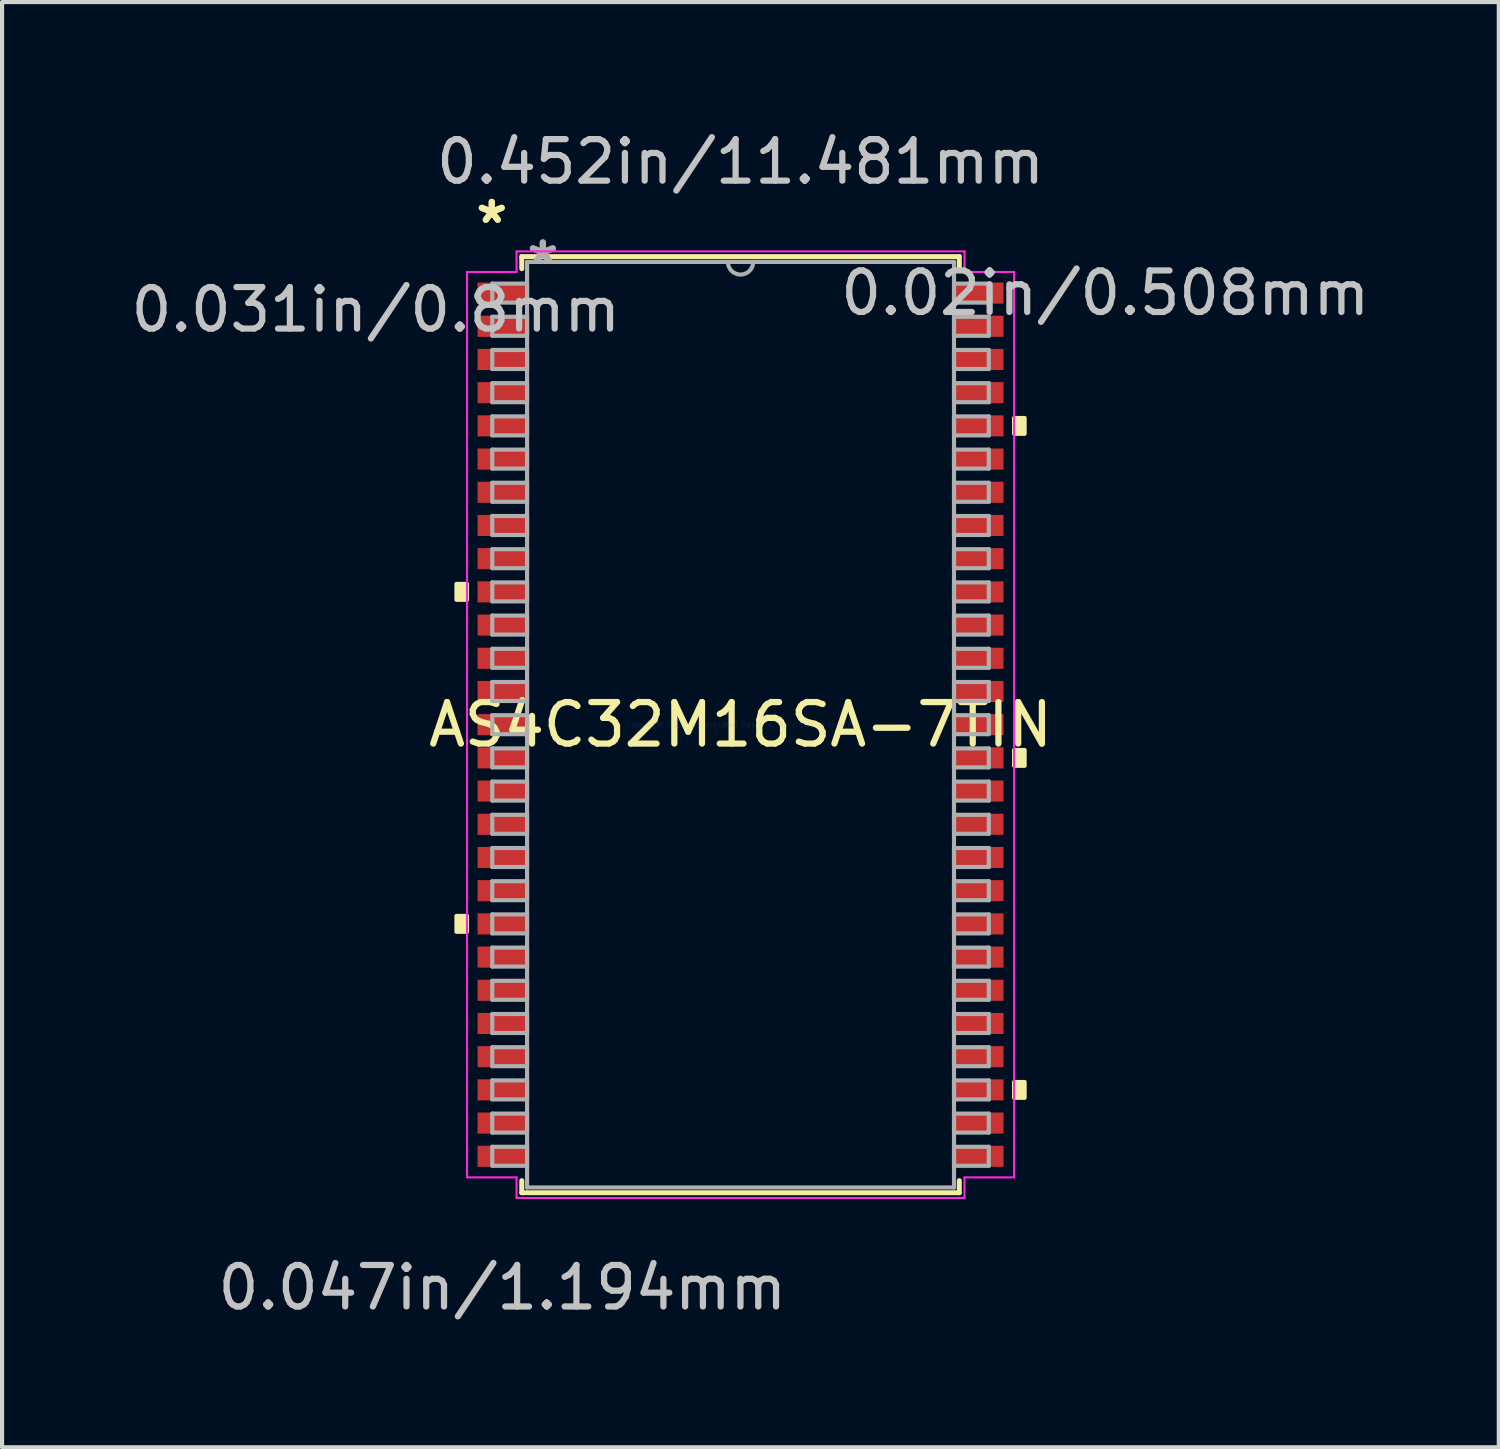
<source format=kicad_pcb>
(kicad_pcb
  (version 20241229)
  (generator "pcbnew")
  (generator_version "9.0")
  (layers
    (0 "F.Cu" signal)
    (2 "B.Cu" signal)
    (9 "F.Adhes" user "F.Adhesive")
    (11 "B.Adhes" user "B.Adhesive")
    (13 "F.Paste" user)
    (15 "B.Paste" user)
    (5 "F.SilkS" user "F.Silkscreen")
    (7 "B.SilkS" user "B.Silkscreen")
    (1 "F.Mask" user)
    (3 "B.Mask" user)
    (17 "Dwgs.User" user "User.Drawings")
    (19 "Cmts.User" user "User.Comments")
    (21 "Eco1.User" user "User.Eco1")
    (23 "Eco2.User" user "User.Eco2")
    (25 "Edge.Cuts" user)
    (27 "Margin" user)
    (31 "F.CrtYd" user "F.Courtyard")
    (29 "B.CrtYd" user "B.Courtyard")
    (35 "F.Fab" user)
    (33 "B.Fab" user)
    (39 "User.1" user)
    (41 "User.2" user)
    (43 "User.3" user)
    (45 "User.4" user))
  (footprint "AS4C32M16SA-7TIN"
    (layer "F.Cu")
    (at 14.794 14.412)
    (property "Reference" "AS4C32M16SA-7TIN" (at 0 0 0) (layer "F.SilkS") (effects (font (size 1 1) (thickness 0.15))))
    (attr through_hole)
    (fp_line (start -5.271 -11.278) (end -5.271 -10.987) (stroke (width 0.12) (type solid)) (layer "F.SilkS"))
    (fp_line (start -5.271 10.987) (end -5.271 11.278) (stroke (width 0.12) (type solid)) (layer "F.SilkS"))
    (fp_line (start -5.271 11.278) (end 5.271 11.278) (stroke (width 0.12) (type solid)) (layer "F.SilkS"))
    (fp_line (start 5.271 -11.278) (end -5.271 -11.278) (stroke (width 0.12) (type solid)) (layer "F.SilkS"))
    (fp_line (start 5.271 -10.987) (end 5.271 -11.278) (stroke (width 0.12) (type solid)) (layer "F.SilkS"))
    (fp_line (start 5.271 11.278) (end 5.271 10.987) (stroke (width 0.12) (type solid)) (layer "F.SilkS"))
    (fp_poly (pts (xy -6.845 -3.391) (xy -6.845 -3.01) (xy -6.591 -3.01) (xy -6.591 -3.391)) (stroke (width 0.1) (type solid)) (fill yes) (layer "F.SilkS"))
    (fp_poly (pts (xy -6.845 4.609) (xy -6.845 4.99) (xy -6.591 4.99) (xy -6.591 4.609)) (stroke (width 0.1) (type solid)) (fill yes) (layer "F.SilkS"))
    (fp_poly (pts (xy 6.845 -7.39) (xy 6.845 -7.009) (xy 6.591 -7.009) (xy 6.591 -7.39)) (stroke (width 0.1) (type solid)) (fill yes) (layer "F.SilkS"))
    (fp_poly (pts (xy 6.845 0.61) (xy 6.845 0.991) (xy 6.591 0.991) (xy 6.591 0.61)) (stroke (width 0.1) (type solid)) (fill yes) (layer "F.SilkS"))
    (fp_poly (pts (xy 6.845 8.61) (xy 6.845 8.991) (xy 6.591 8.991) (xy 6.591 8.61)) (stroke (width 0.1) (type solid)) (fill yes) (layer "F.SilkS"))
    (fp_line (start -6.591 -10.908) (end -5.397 -10.908) (stroke (width 0.05) (type solid)) (layer "F.CrtYd"))
    (fp_line (start -6.591 10.908) (end -6.591 -10.908) (stroke (width 0.05) (type solid)) (layer "F.CrtYd"))
    (fp_line (start -5.397 -11.405) (end 5.397 -11.405) (stroke (width 0.05) (type solid)) (layer "F.CrtYd"))
    (fp_line (start -5.397 -10.908) (end -5.397 -11.405) (stroke (width 0.05) (type solid)) (layer "F.CrtYd"))
    (fp_line (start -5.397 10.908) (end -6.591 10.908) (stroke (width 0.05) (type solid)) (layer "F.CrtYd"))
    (fp_line (start -5.397 11.405) (end -5.397 10.908) (stroke (width 0.05) (type solid)) (layer "F.CrtYd"))
    (fp_line (start 5.397 -11.405) (end 5.397 -10.908) (stroke (width 0.05) (type solid)) (layer "F.CrtYd"))
    (fp_line (start 5.397 -10.908) (end 6.591 -10.908) (stroke (width 0.05) (type solid)) (layer "F.CrtYd"))
    (fp_line (start 5.397 10.908) (end 5.397 11.405) (stroke (width 0.05) (type solid)) (layer "F.CrtYd"))
    (fp_line (start 5.397 11.405) (end -5.397 11.405) (stroke (width 0.05) (type solid)) (layer "F.CrtYd"))
    (fp_line (start 6.591 -10.908) (end 6.591 10.908) (stroke (width 0.05) (type solid)) (layer "F.CrtYd"))
    (fp_line (start 6.591 10.908) (end 5.397 10.908) (stroke (width 0.05) (type solid)) (layer "F.CrtYd"))
    (fp_line (start -5.982 -10.629) (end -5.982 -10.171) (stroke (width 0.1) (type solid)) (layer "F.Fab"))
    (fp_line (start -5.982 -10.171) (end -5.144 -10.171) (stroke (width 0.1) (type solid)) (layer "F.Fab"))
    (fp_line (start -5.982 -9.829) (end -5.982 -9.371) (stroke (width 0.1) (type solid)) (layer "F.Fab"))
    (fp_line (start -5.982 -9.371) (end -5.144 -9.371) (stroke (width 0.1) (type solid)) (layer "F.Fab"))
    (fp_line (start -5.982 -9.029) (end -5.982 -8.571) (stroke (width 0.1) (type solid)) (layer "F.Fab"))
    (fp_line (start -5.982 -8.571) (end -5.144 -8.571) (stroke (width 0.1) (type solid)) (layer "F.Fab"))
    (fp_line (start -5.982 -8.229) (end -5.982 -7.771) (stroke (width 0.1) (type solid)) (layer "F.Fab"))
    (fp_line (start -5.982 -7.771) (end -5.144 -7.771) (stroke (width 0.1) (type solid)) (layer "F.Fab"))
    (fp_line (start -5.982 -7.429) (end -5.982 -6.971) (stroke (width 0.1) (type solid)) (layer "F.Fab"))
    (fp_line (start -5.982 -6.971) (end -5.144 -6.971) (stroke (width 0.1) (type solid)) (layer "F.Fab"))
    (fp_line (start -5.982 -6.629) (end -5.982 -6.171) (stroke (width 0.1) (type solid)) (layer "F.Fab"))
    (fp_line (start -5.982 -6.171) (end -5.144 -6.171) (stroke (width 0.1) (type solid)) (layer "F.Fab"))
    (fp_line (start -5.982 -5.829) (end -5.982 -5.371) (stroke (width 0.1) (type solid)) (layer "F.Fab"))
    (fp_line (start -5.982 -5.371) (end -5.144 -5.371) (stroke (width 0.1) (type solid)) (layer "F.Fab"))
    (fp_line (start -5.982 -5.029) (end -5.982 -4.571) (stroke (width 0.1) (type solid)) (layer "F.Fab"))
    (fp_line (start -5.982 -4.571) (end -5.144 -4.571) (stroke (width 0.1) (type solid)) (layer "F.Fab"))
    (fp_line (start -5.982 -4.229) (end -5.982 -3.771) (stroke (width 0.1) (type solid)) (layer "F.Fab"))
    (fp_line (start -5.982 -3.771) (end -5.144 -3.771) (stroke (width 0.1) (type solid)) (layer "F.Fab"))
    (fp_line (start -5.982 -3.429) (end -5.982 -2.971) (stroke (width 0.1) (type solid)) (layer "F.Fab"))
    (fp_line (start -5.982 -2.971) (end -5.144 -2.971) (stroke (width 0.1) (type solid)) (layer "F.Fab"))
    (fp_line (start -5.982 -2.629) (end -5.982 -2.171) (stroke (width 0.1) (type solid)) (layer "F.Fab"))
    (fp_line (start -5.982 -2.171) (end -5.144 -2.171) (stroke (width 0.1) (type solid)) (layer "F.Fab"))
    (fp_line (start -5.982 -1.829) (end -5.982 -1.371) (stroke (width 0.1) (type solid)) (layer "F.Fab"))
    (fp_line (start -5.982 -1.371) (end -5.144 -1.371) (stroke (width 0.1) (type solid)) (layer "F.Fab"))
    (fp_line (start -5.982 -1.029) (end -5.982 -0.571) (stroke (width 0.1) (type solid)) (layer "F.Fab"))
    (fp_line (start -5.982 -0.571) (end -5.144 -0.571) (stroke (width 0.1) (type solid)) (layer "F.Fab"))
    (fp_line (start -5.982 -0.229) (end -5.982 0.229) (stroke (width 0.1) (type solid)) (layer "F.Fab"))
    (fp_line (start -5.982 0.229) (end -5.144 0.229) (stroke (width 0.1) (type solid)) (layer "F.Fab"))
    (fp_line (start -5.982 0.571) (end -5.982 1.029) (stroke (width 0.1) (type solid)) (layer "F.Fab"))
    (fp_line (start -5.982 1.029) (end -5.144 1.029) (stroke (width 0.1) (type solid)) (layer "F.Fab"))
    (fp_line (start -5.982 1.371) (end -5.982 1.829) (stroke (width 0.1) (type solid)) (layer "F.Fab"))
    (fp_line (start -5.982 1.829) (end -5.144 1.829) (stroke (width 0.1) (type solid)) (layer "F.Fab"))
    (fp_line (start -5.982 2.171) (end -5.982 2.629) (stroke (width 0.1) (type solid)) (layer "F.Fab"))
    (fp_line (start -5.982 2.629) (end -5.144 2.629) (stroke (width 0.1) (type solid)) (layer "F.Fab"))
    (fp_line (start -5.982 2.971) (end -5.982 3.429) (stroke (width 0.1) (type solid)) (layer "F.Fab"))
    (fp_line (start -5.982 3.429) (end -5.144 3.429) (stroke (width 0.1) (type solid)) (layer "F.Fab"))
    (fp_line (start -5.982 3.771) (end -5.982 4.229) (stroke (width 0.1) (type solid)) (layer "F.Fab"))
    (fp_line (start -5.982 4.229) (end -5.144 4.229) (stroke (width 0.1) (type solid)) (layer "F.Fab"))
    (fp_line (start -5.982 4.571) (end -5.982 5.029) (stroke (width 0.1) (type solid)) (layer "F.Fab"))
    (fp_line (start -5.982 5.029) (end -5.144 5.029) (stroke (width 0.1) (type solid)) (layer "F.Fab"))
    (fp_line (start -5.982 5.371) (end -5.982 5.829) (stroke (width 0.1) (type solid)) (layer "F.Fab"))
    (fp_line (start -5.982 5.829) (end -5.144 5.829) (stroke (width 0.1) (type solid)) (layer "F.Fab"))
    (fp_line (start -5.982 6.171) (end -5.982 6.629) (stroke (width 0.1) (type solid)) (layer "F.Fab"))
    (fp_line (start -5.982 6.629) (end -5.144 6.629) (stroke (width 0.1) (type solid)) (layer "F.Fab"))
    (fp_line (start -5.982 6.971) (end -5.982 7.429) (stroke (width 0.1) (type solid)) (layer "F.Fab"))
    (fp_line (start -5.982 7.429) (end -5.144 7.429) (stroke (width 0.1) (type solid)) (layer "F.Fab"))
    (fp_line (start -5.982 7.771) (end -5.982 8.229) (stroke (width 0.1) (type solid)) (layer "F.Fab"))
    (fp_line (start -5.982 8.229) (end -5.144 8.229) (stroke (width 0.1) (type solid)) (layer "F.Fab"))
    (fp_line (start -5.982 8.571) (end -5.982 9.029) (stroke (width 0.1) (type solid)) (layer "F.Fab"))
    (fp_line (start -5.982 9.029) (end -5.144 9.029) (stroke (width 0.1) (type solid)) (layer "F.Fab"))
    (fp_line (start -5.982 9.371) (end -5.982 9.829) (stroke (width 0.1) (type solid)) (layer "F.Fab"))
    (fp_line (start -5.982 9.829) (end -5.144 9.829) (stroke (width 0.1) (type solid)) (layer "F.Fab"))
    (fp_line (start -5.982 10.171) (end -5.982 10.629) (stroke (width 0.1) (type solid)) (layer "F.Fab"))
    (fp_line (start -5.982 10.629) (end -5.144 10.629) (stroke (width 0.1) (type solid)) (layer "F.Fab"))
    (fp_line (start -5.144 -11.151) (end -5.144 11.151) (stroke (width 0.1) (type solid)) (layer "F.Fab"))
    (fp_line (start -5.144 -10.629) (end -5.982 -10.629) (stroke (width 0.1) (type solid)) (layer "F.Fab"))
    (fp_line (start -5.144 -10.171) (end -5.144 -10.629) (stroke (width 0.1) (type solid)) (layer "F.Fab"))
    (fp_line (start -5.144 -9.829) (end -5.982 -9.829) (stroke (width 0.1) (type solid)) (layer "F.Fab"))
    (fp_line (start -5.144 -9.371) (end -5.144 -9.829) (stroke (width 0.1) (type solid)) (layer "F.Fab"))
    (fp_line (start -5.144 -9.029) (end -5.982 -9.029) (stroke (width 0.1) (type solid)) (layer "F.Fab"))
    (fp_line (start -5.144 -8.571) (end -5.144 -9.029) (stroke (width 0.1) (type solid)) (layer "F.Fab"))
    (fp_line (start -5.144 -8.229) (end -5.982 -8.229) (stroke (width 0.1) (type solid)) (layer "F.Fab"))
    (fp_line (start -5.144 -7.771) (end -5.144 -8.229) (stroke (width 0.1) (type solid)) (layer "F.Fab"))
    (fp_line (start -5.144 -7.429) (end -5.982 -7.429) (stroke (width 0.1) (type solid)) (layer "F.Fab"))
    (fp_line (start -5.144 -6.971) (end -5.144 -7.429) (stroke (width 0.1) (type solid)) (layer "F.Fab"))
    (fp_line (start -5.144 -6.629) (end -5.982 -6.629) (stroke (width 0.1) (type solid)) (layer "F.Fab"))
    (fp_line (start -5.144 -6.171) (end -5.144 -6.629) (stroke (width 0.1) (type solid)) (layer "F.Fab"))
    (fp_line (start -5.144 -5.829) (end -5.982 -5.829) (stroke (width 0.1) (type solid)) (layer "F.Fab"))
    (fp_line (start -5.144 -5.371) (end -5.144 -5.829) (stroke (width 0.1) (type solid)) (layer "F.Fab"))
    (fp_line (start -5.144 -5.029) (end -5.982 -5.029) (stroke (width 0.1) (type solid)) (layer "F.Fab"))
    (fp_line (start -5.144 -4.571) (end -5.144 -5.029) (stroke (width 0.1) (type solid)) (layer "F.Fab"))
    (fp_line (start -5.144 -4.229) (end -5.982 -4.229) (stroke (width 0.1) (type solid)) (layer "F.Fab"))
    (fp_line (start -5.144 -3.771) (end -5.144 -4.229) (stroke (width 0.1) (type solid)) (layer "F.Fab"))
    (fp_line (start -5.144 -3.429) (end -5.982 -3.429) (stroke (width 0.1) (type solid)) (layer "F.Fab"))
    (fp_line (start -5.144 -2.971) (end -5.144 -3.429) (stroke (width 0.1) (type solid)) (layer "F.Fab"))
    (fp_line (start -5.144 -2.629) (end -5.982 -2.629) (stroke (width 0.1) (type solid)) (layer "F.Fab"))
    (fp_line (start -5.144 -2.171) (end -5.144 -2.629) (stroke (width 0.1) (type solid)) (layer "F.Fab"))
    (fp_line (start -5.144 -1.829) (end -5.982 -1.829) (stroke (width 0.1) (type solid)) (layer "F.Fab"))
    (fp_line (start -5.144 -1.371) (end -5.144 -1.829) (stroke (width 0.1) (type solid)) (layer "F.Fab"))
    (fp_line (start -5.144 -1.029) (end -5.982 -1.029) (stroke (width 0.1) (type solid)) (layer "F.Fab"))
    (fp_line (start -5.144 -0.571) (end -5.144 -1.029) (stroke (width 0.1) (type solid)) (layer "F.Fab"))
    (fp_line (start -5.144 -0.229) (end -5.982 -0.229) (stroke (width 0.1) (type solid)) (layer "F.Fab"))
    (fp_line (start -5.144 0.229) (end -5.144 -0.229) (stroke (width 0.1) (type solid)) (layer "F.Fab"))
    (fp_line (start -5.144 0.571) (end -5.982 0.571) (stroke (width 0.1) (type solid)) (layer "F.Fab"))
    (fp_line (start -5.144 1.029) (end -5.144 0.571) (stroke (width 0.1) (type solid)) (layer "F.Fab"))
    (fp_line (start -5.144 1.371) (end -5.982 1.371) (stroke (width 0.1) (type solid)) (layer "F.Fab"))
    (fp_line (start -5.144 1.829) (end -5.144 1.371) (stroke (width 0.1) (type solid)) (layer "F.Fab"))
    (fp_line (start -5.144 2.171) (end -5.982 2.171) (stroke (width 0.1) (type solid)) (layer "F.Fab"))
    (fp_line (start -5.144 2.629) (end -5.144 2.171) (stroke (width 0.1) (type solid)) (layer "F.Fab"))
    (fp_line (start -5.144 2.971) (end -5.982 2.971) (stroke (width 0.1) (type solid)) (layer "F.Fab"))
    (fp_line (start -5.144 3.429) (end -5.144 2.971) (stroke (width 0.1) (type solid)) (layer "F.Fab"))
    (fp_line (start -5.144 3.771) (end -5.982 3.771) (stroke (width 0.1) (type solid)) (layer "F.Fab"))
    (fp_line (start -5.144 4.229) (end -5.144 3.771) (stroke (width 0.1) (type solid)) (layer "F.Fab"))
    (fp_line (start -5.144 4.571) (end -5.982 4.571) (stroke (width 0.1) (type solid)) (layer "F.Fab"))
    (fp_line (start -5.144 5.029) (end -5.144 4.571) (stroke (width 0.1) (type solid)) (layer "F.Fab"))
    (fp_line (start -5.144 5.371) (end -5.982 5.371) (stroke (width 0.1) (type solid)) (layer "F.Fab"))
    (fp_line (start -5.144 5.829) (end -5.144 5.371) (stroke (width 0.1) (type solid)) (layer "F.Fab"))
    (fp_line (start -5.144 6.171) (end -5.982 6.171) (stroke (width 0.1) (type solid)) (layer "F.Fab"))
    (fp_line (start -5.144 6.629) (end -5.144 6.171) (stroke (width 0.1) (type solid)) (layer "F.Fab"))
    (fp_line (start -5.144 6.971) (end -5.982 6.971) (stroke (width 0.1) (type solid)) (layer "F.Fab"))
    (fp_line (start -5.144 7.429) (end -5.144 6.971) (stroke (width 0.1) (type solid)) (layer "F.Fab"))
    (fp_line (start -5.144 7.771) (end -5.982 7.771) (stroke (width 0.1) (type solid)) (layer "F.Fab"))
    (fp_line (start -5.144 8.229) (end -5.144 7.771) (stroke (width 0.1) (type solid)) (layer "F.Fab"))
    (fp_line (start -5.144 8.571) (end -5.982 8.571) (stroke (width 0.1) (type solid)) (layer "F.Fab"))
    (fp_line (start -5.144 9.029) (end -5.144 8.571) (stroke (width 0.1) (type solid)) (layer "F.Fab"))
    (fp_line (start -5.144 9.371) (end -5.982 9.371) (stroke (width 0.1) (type solid)) (layer "F.Fab"))
    (fp_line (start -5.144 9.829) (end -5.144 9.371) (stroke (width 0.1) (type solid)) (layer "F.Fab"))
    (fp_line (start -5.144 10.171) (end -5.982 10.171) (stroke (width 0.1) (type solid)) (layer "F.Fab"))
    (fp_line (start -5.144 10.629) (end -5.144 10.171) (stroke (width 0.1) (type solid)) (layer "F.Fab"))
    (fp_line (start -5.144 11.151) (end 5.144 11.151) (stroke (width 0.1) (type solid)) (layer "F.Fab"))
    (fp_line (start 5.144 -11.151) (end -5.144 -11.151) (stroke (width 0.1) (type solid)) (layer "F.Fab"))
    (fp_line (start 5.144 -10.629) (end 5.144 -10.171) (stroke (width 0.1) (type solid)) (layer "F.Fab"))
    (fp_line (start 5.144 -10.171) (end 5.982 -10.171) (stroke (width 0.1) (type solid)) (layer "F.Fab"))
    (fp_line (start 5.144 -9.829) (end 5.144 -9.371) (stroke (width 0.1) (type solid)) (layer "F.Fab"))
    (fp_line (start 5.144 -9.371) (end 5.982 -9.371) (stroke (width 0.1) (type solid)) (layer "F.Fab"))
    (fp_line (start 5.144 -9.029) (end 5.144 -8.571) (stroke (width 0.1) (type solid)) (layer "F.Fab"))
    (fp_line (start 5.144 -8.571) (end 5.982 -8.571) (stroke (width 0.1) (type solid)) (layer "F.Fab"))
    (fp_line (start 5.144 -8.229) (end 5.144 -7.771) (stroke (width 0.1) (type solid)) (layer "F.Fab"))
    (fp_line (start 5.144 -7.771) (end 5.982 -7.771) (stroke (width 0.1) (type solid)) (layer "F.Fab"))
    (fp_line (start 5.144 -7.429) (end 5.144 -6.971) (stroke (width 0.1) (type solid)) (layer "F.Fab"))
    (fp_line (start 5.144 -6.971) (end 5.982 -6.971) (stroke (width 0.1) (type solid)) (layer "F.Fab"))
    (fp_line (start 5.144 -6.629) (end 5.144 -6.171) (stroke (width 0.1) (type solid)) (layer "F.Fab"))
    (fp_line (start 5.144 -6.171) (end 5.982 -6.171) (stroke (width 0.1) (type solid)) (layer "F.Fab"))
    (fp_line (start 5.144 -5.829) (end 5.144 -5.371) (stroke (width 0.1) (type solid)) (layer "F.Fab"))
    (fp_line (start 5.144 -5.371) (end 5.982 -5.371) (stroke (width 0.1) (type solid)) (layer "F.Fab"))
    (fp_line (start 5.144 -5.029) (end 5.144 -4.571) (stroke (width 0.1) (type solid)) (layer "F.Fab"))
    (fp_line (start 5.144 -4.571) (end 5.982 -4.571) (stroke (width 0.1) (type solid)) (layer "F.Fab"))
    (fp_line (start 5.144 -4.229) (end 5.144 -3.771) (stroke (width 0.1) (type solid)) (layer "F.Fab"))
    (fp_line (start 5.144 -3.771) (end 5.982 -3.771) (stroke (width 0.1) (type solid)) (layer "F.Fab"))
    (fp_line (start 5.144 -3.429) (end 5.144 -2.971) (stroke (width 0.1) (type solid)) (layer "F.Fab"))
    (fp_line (start 5.144 -2.971) (end 5.982 -2.971) (stroke (width 0.1) (type solid)) (layer "F.Fab"))
    (fp_line (start 5.144 -2.629) (end 5.144 -2.171) (stroke (width 0.1) (type solid)) (layer "F.Fab"))
    (fp_line (start 5.144 -2.171) (end 5.982 -2.171) (stroke (width 0.1) (type solid)) (layer "F.Fab"))
    (fp_line (start 5.144 -1.829) (end 5.144 -1.371) (stroke (width 0.1) (type solid)) (layer "F.Fab"))
    (fp_line (start 5.144 -1.371) (end 5.982 -1.371) (stroke (width 0.1) (type solid)) (layer "F.Fab"))
    (fp_line (start 5.144 -1.029) (end 5.144 -0.571) (stroke (width 0.1) (type solid)) (layer "F.Fab"))
    (fp_line (start 5.144 -0.571) (end 5.982 -0.571) (stroke (width 0.1) (type solid)) (layer "F.Fab"))
    (fp_line (start 5.144 -0.229) (end 5.144 0.229) (stroke (width 0.1) (type solid)) (layer "F.Fab"))
    (fp_line (start 5.144 0.229) (end 5.982 0.229) (stroke (width 0.1) (type solid)) (layer "F.Fab"))
    (fp_line (start 5.144 0.571) (end 5.144 1.029) (stroke (width 0.1) (type solid)) (layer "F.Fab"))
    (fp_line (start 5.144 1.029) (end 5.982 1.029) (stroke (width 0.1) (type solid)) (layer "F.Fab"))
    (fp_line (start 5.144 1.371) (end 5.144 1.829) (stroke (width 0.1) (type solid)) (layer "F.Fab"))
    (fp_line (start 5.144 1.829) (end 5.982 1.829) (stroke (width 0.1) (type solid)) (layer "F.Fab"))
    (fp_line (start 5.144 2.171) (end 5.144 2.629) (stroke (width 0.1) (type solid)) (layer "F.Fab"))
    (fp_line (start 5.144 2.629) (end 5.982 2.629) (stroke (width 0.1) (type solid)) (layer "F.Fab"))
    (fp_line (start 5.144 2.971) (end 5.144 3.429) (stroke (width 0.1) (type solid)) (layer "F.Fab"))
    (fp_line (start 5.144 3.429) (end 5.982 3.429) (stroke (width 0.1) (type solid)) (layer "F.Fab"))
    (fp_line (start 5.144 3.771) (end 5.144 4.229) (stroke (width 0.1) (type solid)) (layer "F.Fab"))
    (fp_line (start 5.144 4.229) (end 5.982 4.229) (stroke (width 0.1) (type solid)) (layer "F.Fab"))
    (fp_line (start 5.144 4.571) (end 5.144 5.029) (stroke (width 0.1) (type solid)) (layer "F.Fab"))
    (fp_line (start 5.144 5.029) (end 5.982 5.029) (stroke (width 0.1) (type solid)) (layer "F.Fab"))
    (fp_line (start 5.144 5.371) (end 5.144 5.829) (stroke (width 0.1) (type solid)) (layer "F.Fab"))
    (fp_line (start 5.144 5.829) (end 5.982 5.829) (stroke (width 0.1) (type solid)) (layer "F.Fab"))
    (fp_line (start 5.144 6.171) (end 5.144 6.629) (stroke (width 0.1) (type solid)) (layer "F.Fab"))
    (fp_line (start 5.144 6.629) (end 5.982 6.629) (stroke (width 0.1) (type solid)) (layer "F.Fab"))
    (fp_line (start 5.144 6.971) (end 5.144 7.429) (stroke (width 0.1) (type solid)) (layer "F.Fab"))
    (fp_line (start 5.144 7.429) (end 5.982 7.429) (stroke (width 0.1) (type solid)) (layer "F.Fab"))
    (fp_line (start 5.144 7.771) (end 5.144 8.229) (stroke (width 0.1) (type solid)) (layer "F.Fab"))
    (fp_line (start 5.144 8.229) (end 5.982 8.229) (stroke (width 0.1) (type solid)) (layer "F.Fab"))
    (fp_line (start 5.144 8.571) (end 5.144 9.029) (stroke (width 0.1) (type solid)) (layer "F.Fab"))
    (fp_line (start 5.144 9.029) (end 5.982 9.029) (stroke (width 0.1) (type solid)) (layer "F.Fab"))
    (fp_line (start 5.144 9.371) (end 5.144 9.829) (stroke (width 0.1) (type solid)) (layer "F.Fab"))
    (fp_line (start 5.144 9.829) (end 5.982 9.829) (stroke (width 0.1) (type solid)) (layer "F.Fab"))
    (fp_line (start 5.144 10.171) (end 5.144 10.629) (stroke (width 0.1) (type solid)) (layer "F.Fab"))
    (fp_line (start 5.144 10.629) (end 5.982 10.629) (stroke (width 0.1) (type solid)) (layer "F.Fab"))
    (fp_line (start 5.144 11.151) (end 5.144 -11.151) (stroke (width 0.1) (type solid)) (layer "F.Fab"))
    (fp_line (start 5.982 -10.629) (end 5.144 -10.629) (stroke (width 0.1) (type solid)) (layer "F.Fab"))
    (fp_line (start 5.982 -10.171) (end 5.982 -10.629) (stroke (width 0.1) (type solid)) (layer "F.Fab"))
    (fp_line (start 5.982 -9.829) (end 5.144 -9.829) (stroke (width 0.1) (type solid)) (layer "F.Fab"))
    (fp_line (start 5.982 -9.371) (end 5.982 -9.829) (stroke (width 0.1) (type solid)) (layer "F.Fab"))
    (fp_line (start 5.982 -9.029) (end 5.144 -9.029) (stroke (width 0.1) (type solid)) (layer "F.Fab"))
    (fp_line (start 5.982 -8.571) (end 5.982 -9.029) (stroke (width 0.1) (type solid)) (layer "F.Fab"))
    (fp_line (start 5.982 -8.229) (end 5.144 -8.229) (stroke (width 0.1) (type solid)) (layer "F.Fab"))
    (fp_line (start 5.982 -7.771) (end 5.982 -8.229) (stroke (width 0.1) (type solid)) (layer "F.Fab"))
    (fp_line (start 5.982 -7.429) (end 5.144 -7.429) (stroke (width 0.1) (type solid)) (layer "F.Fab"))
    (fp_line (start 5.982 -6.971) (end 5.982 -7.429) (stroke (width 0.1) (type solid)) (layer "F.Fab"))
    (fp_line (start 5.982 -6.629) (end 5.144 -6.629) (stroke (width 0.1) (type solid)) (layer "F.Fab"))
    (fp_line (start 5.982 -6.171) (end 5.982 -6.629) (stroke (width 0.1) (type solid)) (layer "F.Fab"))
    (fp_line (start 5.982 -5.829) (end 5.144 -5.829) (stroke (width 0.1) (type solid)) (layer "F.Fab"))
    (fp_line (start 5.982 -5.371) (end 5.982 -5.829) (stroke (width 0.1) (type solid)) (layer "F.Fab"))
    (fp_line (start 5.982 -5.029) (end 5.144 -5.029) (stroke (width 0.1) (type solid)) (layer "F.Fab"))
    (fp_line (start 5.982 -4.571) (end 5.982 -5.029) (stroke (width 0.1) (type solid)) (layer "F.Fab"))
    (fp_line (start 5.982 -4.229) (end 5.144 -4.229) (stroke (width 0.1) (type solid)) (layer "F.Fab"))
    (fp_line (start 5.982 -3.771) (end 5.982 -4.229) (stroke (width 0.1) (type solid)) (layer "F.Fab"))
    (fp_line (start 5.982 -3.429) (end 5.144 -3.429) (stroke (width 0.1) (type solid)) (layer "F.Fab"))
    (fp_line (start 5.982 -2.971) (end 5.982 -3.429) (stroke (width 0.1) (type solid)) (layer "F.Fab"))
    (fp_line (start 5.982 -2.629) (end 5.144 -2.629) (stroke (width 0.1) (type solid)) (layer "F.Fab"))
    (fp_line (start 5.982 -2.171) (end 5.982 -2.629) (stroke (width 0.1) (type solid)) (layer "F.Fab"))
    (fp_line (start 5.982 -1.829) (end 5.144 -1.829) (stroke (width 0.1) (type solid)) (layer "F.Fab"))
    (fp_line (start 5.982 -1.371) (end 5.982 -1.829) (stroke (width 0.1) (type solid)) (layer "F.Fab"))
    (fp_line (start 5.982 -1.029) (end 5.144 -1.029) (stroke (width 0.1) (type solid)) (layer "F.Fab"))
    (fp_line (start 5.982 -0.571) (end 5.982 -1.029) (stroke (width 0.1) (type solid)) (layer "F.Fab"))
    (fp_line (start 5.982 -0.229) (end 5.144 -0.229) (stroke (width 0.1) (type solid)) (layer "F.Fab"))
    (fp_line (start 5.982 0.229) (end 5.982 -0.229) (stroke (width 0.1) (type solid)) (layer "F.Fab"))
    (fp_line (start 5.982 0.571) (end 5.144 0.571) (stroke (width 0.1) (type solid)) (layer "F.Fab"))
    (fp_line (start 5.982 1.029) (end 5.982 0.571) (stroke (width 0.1) (type solid)) (layer "F.Fab"))
    (fp_line (start 5.982 1.371) (end 5.144 1.371) (stroke (width 0.1) (type solid)) (layer "F.Fab"))
    (fp_line (start 5.982 1.829) (end 5.982 1.371) (stroke (width 0.1) (type solid)) (layer "F.Fab"))
    (fp_line (start 5.982 2.171) (end 5.144 2.171) (stroke (width 0.1) (type solid)) (layer "F.Fab"))
    (fp_line (start 5.982 2.629) (end 5.982 2.171) (stroke (width 0.1) (type solid)) (layer "F.Fab"))
    (fp_line (start 5.982 2.971) (end 5.144 2.971) (stroke (width 0.1) (type solid)) (layer "F.Fab"))
    (fp_line (start 5.982 3.429) (end 5.982 2.971) (stroke (width 0.1) (type solid)) (layer "F.Fab"))
    (fp_line (start 5.982 3.771) (end 5.144 3.771) (stroke (width 0.1) (type solid)) (layer "F.Fab"))
    (fp_line (start 5.982 4.229) (end 5.982 3.771) (stroke (width 0.1) (type solid)) (layer "F.Fab"))
    (fp_line (start 5.982 4.571) (end 5.144 4.571) (stroke (width 0.1) (type solid)) (layer "F.Fab"))
    (fp_line (start 5.982 5.029) (end 5.982 4.571) (stroke (width 0.1) (type solid)) (layer "F.Fab"))
    (fp_line (start 5.982 5.371) (end 5.144 5.371) (stroke (width 0.1) (type solid)) (layer "F.Fab"))
    (fp_line (start 5.982 5.829) (end 5.982 5.371) (stroke (width 0.1) (type solid)) (layer "F.Fab"))
    (fp_line (start 5.982 6.171) (end 5.144 6.171) (stroke (width 0.1) (type solid)) (layer "F.Fab"))
    (fp_line (start 5.982 6.629) (end 5.982 6.171) (stroke (width 0.1) (type solid)) (layer "F.Fab"))
    (fp_line (start 5.982 6.971) (end 5.144 6.971) (stroke (width 0.1) (type solid)) (layer "F.Fab"))
    (fp_line (start 5.982 7.429) (end 5.982 6.971) (stroke (width 0.1) (type solid)) (layer "F.Fab"))
    (fp_line (start 5.982 7.771) (end 5.144 7.771) (stroke (width 0.1) (type solid)) (layer "F.Fab"))
    (fp_line (start 5.982 8.229) (end 5.982 7.771) (stroke (width 0.1) (type solid)) (layer "F.Fab"))
    (fp_line (start 5.982 8.571) (end 5.144 8.571) (stroke (width 0.1) (type solid)) (layer "F.Fab"))
    (fp_line (start 5.982 9.029) (end 5.982 8.571) (stroke (width 0.1) (type solid)) (layer "F.Fab"))
    (fp_line (start 5.982 9.371) (end 5.144 9.371) (stroke (width 0.1) (type solid)) (layer "F.Fab"))
    (fp_line (start 5.982 9.829) (end 5.982 9.371) (stroke (width 0.1) (type solid)) (layer "F.Fab"))
    (fp_line (start 5.982 10.171) (end 5.144 10.171) (stroke (width 0.1) (type solid)) (layer "F.Fab"))
    (fp_line (start 5.982 10.629) (end 5.982 10.171) (stroke (width 0.1) (type solid)) (layer "F.Fab"))
    (fp_arc (start 0.3048 -11.1506) (mid 0 -10.8458) (end -0.3048 -11.1506) (stroke (width 0.1) (type solid)) (layer "F.Fab"))
    (fp_text user "*" (at -5.994 -12.051 0) (layer "F.SilkS") (effects (font (size 1 1) (thickness 0.15))))
    (fp_text user "*" (at -5.994 -12.051 0) (layer "F.SilkS") (effects (font (size 1 1) (thickness 0.15))))
    (fp_text user "0.031in/0.8mm" (at -8.788 -10 0) (layer "Dwgs.User") (effects (font (size 1 1) (thickness 0.15))))
    (fp_text user "0.047in/1.194mm" (at -5.74 13.564 0) (layer "Dwgs.User") (effects (font (size 1 1) (thickness 0.15))))
    (fp_text user "0.452in/11.481mm" (at 0 -13.564 0) (layer "Dwgs.User") (effects (font (size 1 1) (thickness 0.15))))
    (fp_text user "0.02in/0.508mm" (at 8.788 -10.4 0) (layer "Dwgs.User") (effects (font (size 1 1) (thickness 0.15))))
    (fp_text user "Copyright 2021 Accelerated Designs. All rights reserved." (at 0 0 0) (layer "Cmts.User") (effects (font (size 0.127 0.127) (thickness 0.002))))
    (fp_text user "*" (at -4.763 -11.074 0) (layer "F.Fab") (effects (font (size 1 1) (thickness 0.15))))
    (fp_text user "*" (at -4.763 -11.074 0) (layer "F.Fab") (effects (font (size 1 1) (thickness 0.15))))
    (pad "1" smd rect (at -5.74 -10.4) (size 1.194 0.508) (layers "F.Cu" "F.Mask" "F.Paste"))
    (pad "2" smd rect (at -5.74 -9.6) (size 1.194 0.508) (layers "F.Cu" "F.Mask" "F.Paste"))
    (pad "3" smd rect (at -5.74 -8.8) (size 1.194 0.508) (layers "F.Cu" "F.Mask" "F.Paste"))
    (pad "4" smd rect (at -5.74 -8) (size 1.194 0.508) (layers "F.Cu" "F.Mask" "F.Paste"))
    (pad "5" smd rect (at -5.74 -7.2) (size 1.194 0.508) (layers "F.Cu" "F.Mask" "F.Paste"))
    (pad "6" smd rect (at -5.74 -6.4) (size 1.194 0.508) (layers "F.Cu" "F.Mask" "F.Paste"))
    (pad "7" smd rect (at -5.74 -5.6) (size 1.194 0.508) (layers "F.Cu" "F.Mask" "F.Paste"))
    (pad "8" smd rect (at -5.74 -4.8) (size 1.194 0.508) (layers "F.Cu" "F.Mask" "F.Paste"))
    (pad "9" smd rect (at -5.74 -4) (size 1.194 0.508) (layers "F.Cu" "F.Mask" "F.Paste"))
    (pad "10" smd rect (at -5.74 -3.2) (size 1.194 0.508) (layers "F.Cu" "F.Mask" "F.Paste"))
    (pad "11" smd rect (at -5.74 -2.4) (size 1.194 0.508) (layers "F.Cu" "F.Mask" "F.Paste"))
    (pad "12" smd rect (at -5.74 -1.6) (size 1.194 0.508) (layers "F.Cu" "F.Mask" "F.Paste"))
    (pad "13" smd rect (at -5.74 -0.8) (size 1.194 0.508) (layers "F.Cu" "F.Mask" "F.Paste"))
    (pad "14" smd rect (at -5.74 0) (size 1.194 0.508) (layers "F.Cu" "F.Mask" "F.Paste"))
    (pad "15" smd rect (at -5.74 0.8) (size 1.194 0.508) (layers "F.Cu" "F.Mask" "F.Paste"))
    (pad "16" smd rect (at -5.74 1.6) (size 1.194 0.508) (layers "F.Cu" "F.Mask" "F.Paste"))
    (pad "17" smd rect (at -5.74 2.4) (size 1.194 0.508) (layers "F.Cu" "F.Mask" "F.Paste"))
    (pad "18" smd rect (at -5.74 3.2) (size 1.194 0.508) (layers "F.Cu" "F.Mask" "F.Paste"))
    (pad "19" smd rect (at -5.74 4) (size 1.194 0.508) (layers "F.Cu" "F.Mask" "F.Paste"))
    (pad "20" smd rect (at -5.74 4.8) (size 1.194 0.508) (layers "F.Cu" "F.Mask" "F.Paste"))
    (pad "21" smd rect (at -5.74 5.6) (size 1.194 0.508) (layers "F.Cu" "F.Mask" "F.Paste"))
    (pad "22" smd rect (at -5.74 6.4) (size 1.194 0.508) (layers "F.Cu" "F.Mask" "F.Paste"))
    (pad "23" smd rect (at -5.74 7.2) (size 1.194 0.508) (layers "F.Cu" "F.Mask" "F.Paste"))
    (pad "24" smd rect (at -5.74 8) (size 1.194 0.508) (layers "F.Cu" "F.Mask" "F.Paste"))
    (pad "25" smd rect (at -5.74 8.8) (size 1.194 0.508) (layers "F.Cu" "F.Mask" "F.Paste"))
    (pad "26" smd rect (at -5.74 9.6) (size 1.194 0.508) (layers "F.Cu" "F.Mask" "F.Paste"))
    (pad "27" smd rect (at -5.74 10.4) (size 1.194 0.508) (layers "F.Cu" "F.Mask" "F.Paste"))
    (pad "28" smd rect (at 5.74 10.4) (size 1.194 0.508) (layers "F.Cu" "F.Mask" "F.Paste"))
    (pad "29" smd rect (at 5.74 9.6) (size 1.194 0.508) (layers "F.Cu" "F.Mask" "F.Paste"))
    (pad "30" smd rect (at 5.74 8.8) (size 1.194 0.508) (layers "F.Cu" "F.Mask" "F.Paste"))
    (pad "31" smd rect (at 5.74 8) (size 1.194 0.508) (layers "F.Cu" "F.Mask" "F.Paste"))
    (pad "32" smd rect (at 5.74 7.2) (size 1.194 0.508) (layers "F.Cu" "F.Mask" "F.Paste"))
    (pad "33" smd rect (at 5.74 6.4) (size 1.194 0.508) (layers "F.Cu" "F.Mask" "F.Paste"))
    (pad "34" smd rect (at 5.74 5.6) (size 1.194 0.508) (layers "F.Cu" "F.Mask" "F.Paste"))
    (pad "35" smd rect (at 5.74 4.8) (size 1.194 0.508) (layers "F.Cu" "F.Mask" "F.Paste"))
    (pad "36" smd rect (at 5.74 4) (size 1.194 0.508) (layers "F.Cu" "F.Mask" "F.Paste"))
    (pad "37" smd rect (at 5.74 3.2) (size 1.194 0.508) (layers "F.Cu" "F.Mask" "F.Paste"))
    (pad "38" smd rect (at 5.74 2.4) (size 1.194 0.508) (layers "F.Cu" "F.Mask" "F.Paste"))
    (pad "39" smd rect (at 5.74 1.6) (size 1.194 0.508) (layers "F.Cu" "F.Mask" "F.Paste"))
    (pad "40" smd rect (at 5.74 0.8) (size 1.194 0.508) (layers "F.Cu" "F.Mask" "F.Paste"))
    (pad "41" smd rect (at 5.74 0) (size 1.194 0.508) (layers "F.Cu" "F.Mask" "F.Paste"))
    (pad "42" smd rect (at 5.74 -0.8) (size 1.194 0.508) (layers "F.Cu" "F.Mask" "F.Paste"))
    (pad "43" smd rect (at 5.74 -1.6) (size 1.194 0.508) (layers "F.Cu" "F.Mask" "F.Paste"))
    (pad "44" smd rect (at 5.74 -2.4) (size 1.194 0.508) (layers "F.Cu" "F.Mask" "F.Paste"))
    (pad "45" smd rect (at 5.74 -3.2) (size 1.194 0.508) (layers "F.Cu" "F.Mask" "F.Paste"))
    (pad "46" smd rect (at 5.74 -4) (size 1.194 0.508) (layers "F.Cu" "F.Mask" "F.Paste"))
    (pad "47" smd rect (at 5.74 -4.8) (size 1.194 0.508) (layers "F.Cu" "F.Mask" "F.Paste"))
    (pad "48" smd rect (at 5.74 -5.6) (size 1.194 0.508) (layers "F.Cu" "F.Mask" "F.Paste"))
    (pad "49" smd rect (at 5.74 -6.4) (size 1.194 0.508) (layers "F.Cu" "F.Mask" "F.Paste"))
    (pad "50" smd rect (at 5.74 -7.2) (size 1.194 0.508) (layers "F.Cu" "F.Mask" "F.Paste"))
    (pad "51" smd rect (at 5.74 -8) (size 1.194 0.508) (layers "F.Cu" "F.Mask" "F.Paste"))
    (pad "52" smd rect (at 5.74 -8.8) (size 1.194 0.508) (layers "F.Cu" "F.Mask" "F.Paste"))
    (pad "53" smd rect (at 5.74 -9.6) (size 1.194 0.508) (layers "F.Cu" "F.Mask" "F.Paste"))
    (pad "54" smd rect (at 5.74 -10.4) (size 1.194 0.508) (layers "F.Cu" "F.Mask" "F.Paste")))
  (gr_rect
    (start -3 -3)
    (end 33.065 31.824)
    (stroke (width 0.1) (type default))
    (fill no)
    (layer "Edge.Cuts")))
</source>
